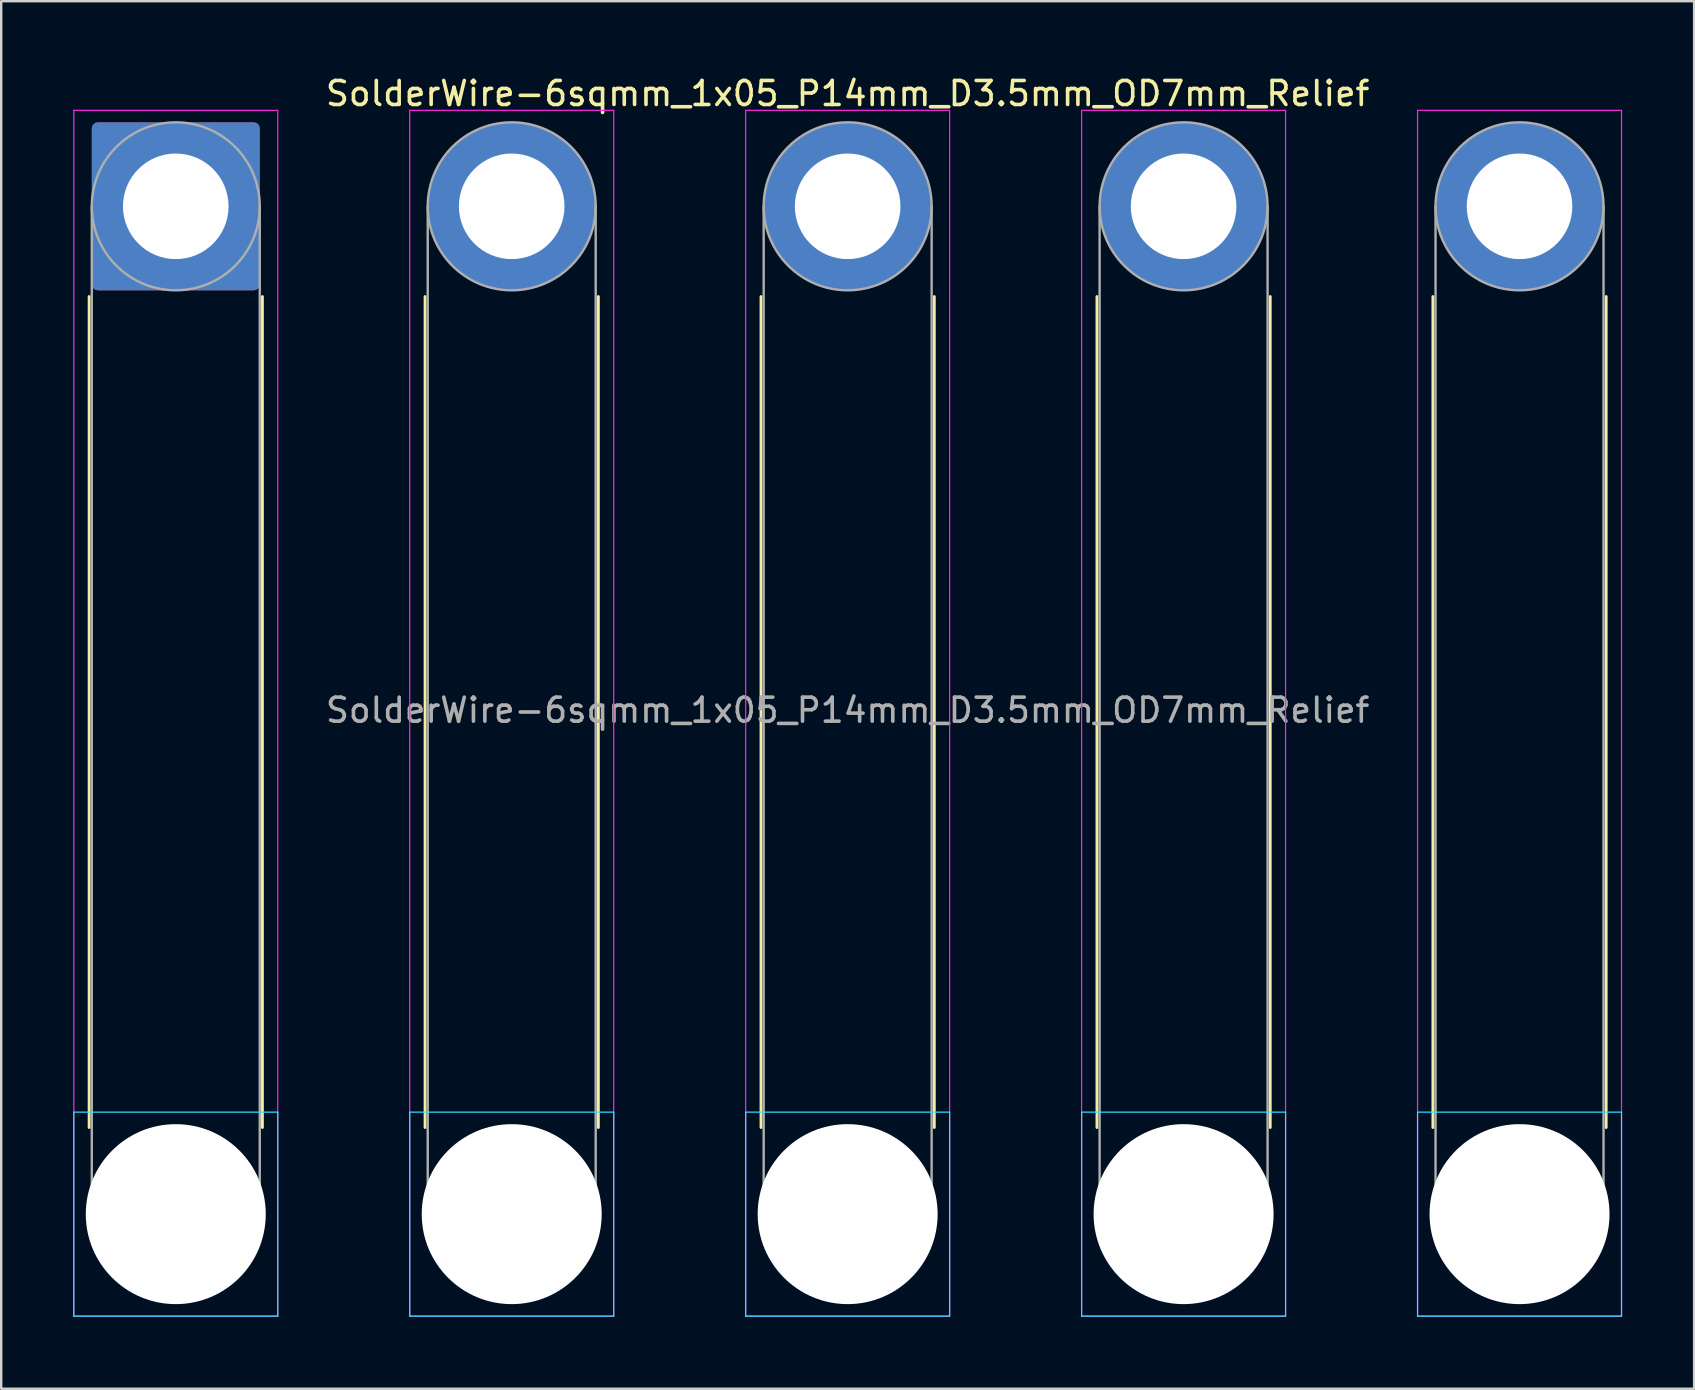
<source format=kicad_pcb>
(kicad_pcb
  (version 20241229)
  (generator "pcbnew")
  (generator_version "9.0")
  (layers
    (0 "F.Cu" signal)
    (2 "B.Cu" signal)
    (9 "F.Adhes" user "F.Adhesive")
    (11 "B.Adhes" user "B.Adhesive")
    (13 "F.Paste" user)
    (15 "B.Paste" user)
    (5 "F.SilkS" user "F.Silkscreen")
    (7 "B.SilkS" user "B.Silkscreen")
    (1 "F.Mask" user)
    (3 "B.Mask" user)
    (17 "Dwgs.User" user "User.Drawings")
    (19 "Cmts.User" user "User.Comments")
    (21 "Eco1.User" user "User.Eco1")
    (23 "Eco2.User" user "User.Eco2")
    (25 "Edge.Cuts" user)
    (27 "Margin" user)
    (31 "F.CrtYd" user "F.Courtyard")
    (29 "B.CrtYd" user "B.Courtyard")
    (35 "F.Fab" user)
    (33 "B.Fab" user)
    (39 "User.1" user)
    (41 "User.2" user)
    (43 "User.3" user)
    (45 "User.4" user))
  (footprint "SolderWire-6sqmm_1x05_P14mm_D3.5mm_OD7mm_Relief"
    (layer "F.Cu")
    (at 4.275 5.548)
    (property "Reference" "SolderWire-6sqmm_1x05_P14mm_D3.5mm_OD7mm_Relief" (at 28 -4.7 0) (layer "F.SilkS") (effects (font (size 1 1) (thickness 0.15))))
    (attr exclude_from_pos_files exclude_from_bom)
    (fp_line (start -3.61 3.76) (end -3.61 38.39) (stroke (width 0.12) (type solid)) (layer "F.SilkS"))
    (fp_line (start 3.61 3.76) (end 3.61 38.39) (stroke (width 0.12) (type solid)) (layer "F.SilkS"))
    (fp_line (start 10.39 3.76) (end 10.39 38.39) (stroke (width 0.12) (type solid)) (layer "F.SilkS"))
    (fp_line (start 17.61 3.76) (end 17.61 38.39) (stroke (width 0.12) (type solid)) (layer "F.SilkS"))
    (fp_line (start 24.39 3.76) (end 24.39 38.39) (stroke (width 0.12) (type solid)) (layer "F.SilkS"))
    (fp_line (start 31.61 3.76) (end 31.61 38.39) (stroke (width 0.12) (type solid)) (layer "F.SilkS"))
    (fp_line (start 38.39 3.76) (end 38.39 38.39) (stroke (width 0.12) (type solid)) (layer "F.SilkS"))
    (fp_line (start 45.61 3.76) (end 45.61 38.39) (stroke (width 0.12) (type solid)) (layer "F.SilkS"))
    (fp_line (start 52.39 3.76) (end 52.39 38.39) (stroke (width 0.12) (type solid)) (layer "F.SilkS"))
    (fp_line (start 59.61 3.76) (end 59.61 38.39) (stroke (width 0.12) (type solid)) (layer "F.SilkS"))
    (fp_line (start -4.25 37.75) (end -4.25 46.25) (stroke (width 0.05) (type solid)) (layer "B.CrtYd"))
    (fp_line (start -4.25 46.25) (end 4.25 46.25) (stroke (width 0.05) (type solid)) (layer "B.CrtYd"))
    (fp_line (start 4.25 37.75) (end -4.25 37.75) (stroke (width 0.05) (type solid)) (layer "B.CrtYd"))
    (fp_line (start 4.25 46.25) (end 4.25 37.75) (stroke (width 0.05) (type solid)) (layer "B.CrtYd"))
    (fp_line (start 9.75 37.75) (end 9.75 46.25) (stroke (width 0.05) (type solid)) (layer "B.CrtYd"))
    (fp_line (start 9.75 46.25) (end 18.25 46.25) (stroke (width 0.05) (type solid)) (layer "B.CrtYd"))
    (fp_line (start 18.25 37.75) (end 9.75 37.75) (stroke (width 0.05) (type solid)) (layer "B.CrtYd"))
    (fp_line (start 18.25 46.25) (end 18.25 37.75) (stroke (width 0.05) (type solid)) (layer "B.CrtYd"))
    (fp_line (start 23.75 37.75) (end 23.75 46.25) (stroke (width 0.05) (type solid)) (layer "B.CrtYd"))
    (fp_line (start 23.75 46.25) (end 32.25 46.25) (stroke (width 0.05) (type solid)) (layer "B.CrtYd"))
    (fp_line (start 32.25 37.75) (end 23.75 37.75) (stroke (width 0.05) (type solid)) (layer "B.CrtYd"))
    (fp_line (start 32.25 46.25) (end 32.25 37.75) (stroke (width 0.05) (type solid)) (layer "B.CrtYd"))
    (fp_line (start 37.75 37.75) (end 37.75 46.25) (stroke (width 0.05) (type solid)) (layer "B.CrtYd"))
    (fp_line (start 37.75 46.25) (end 46.25 46.25) (stroke (width 0.05) (type solid)) (layer "B.CrtYd"))
    (fp_line (start 46.25 37.75) (end 37.75 37.75) (stroke (width 0.05) (type solid)) (layer "B.CrtYd"))
    (fp_line (start 46.25 46.25) (end 46.25 37.75) (stroke (width 0.05) (type solid)) (layer "B.CrtYd"))
    (fp_line (start 51.75 37.75) (end 51.75 46.25) (stroke (width 0.05) (type solid)) (layer "B.CrtYd"))
    (fp_line (start 51.75 46.25) (end 60.25 46.25) (stroke (width 0.05) (type solid)) (layer "B.CrtYd"))
    (fp_line (start 60.25 37.75) (end 51.75 37.75) (stroke (width 0.05) (type solid)) (layer "B.CrtYd"))
    (fp_line (start 60.25 46.25) (end 60.25 37.75) (stroke (width 0.05) (type solid)) (layer "B.CrtYd"))
    (fp_line (start -4.25 -4) (end -4.25 46.25) (stroke (width 0.05) (type solid)) (layer "F.CrtYd"))
    (fp_line (start -4.25 46.25) (end 4.25 46.25) (stroke (width 0.05) (type solid)) (layer "F.CrtYd"))
    (fp_line (start 4.25 -4) (end -4.25 -4) (stroke (width 0.05) (type solid)) (layer "F.CrtYd"))
    (fp_line (start 4.25 46.25) (end 4.25 -4) (stroke (width 0.05) (type solid)) (layer "F.CrtYd"))
    (fp_line (start 9.75 -4) (end 9.75 46.25) (stroke (width 0.05) (type solid)) (layer "F.CrtYd"))
    (fp_line (start 9.75 46.25) (end 18.25 46.25) (stroke (width 0.05) (type solid)) (layer "F.CrtYd"))
    (fp_line (start 18.25 -4) (end 9.75 -4) (stroke (width 0.05) (type solid)) (layer "F.CrtYd"))
    (fp_line (start 18.25 46.25) (end 18.25 -4) (stroke (width 0.05) (type solid)) (layer "F.CrtYd"))
    (fp_line (start 23.75 -4) (end 23.75 46.25) (stroke (width 0.05) (type solid)) (layer "F.CrtYd"))
    (fp_line (start 23.75 46.25) (end 32.25 46.25) (stroke (width 0.05) (type solid)) (layer "F.CrtYd"))
    (fp_line (start 32.25 -4) (end 23.75 -4) (stroke (width 0.05) (type solid)) (layer "F.CrtYd"))
    (fp_line (start 32.25 46.25) (end 32.25 -4) (stroke (width 0.05) (type solid)) (layer "F.CrtYd"))
    (fp_line (start 37.75 -4) (end 37.75 46.25) (stroke (width 0.05) (type solid)) (layer "F.CrtYd"))
    (fp_line (start 37.75 46.25) (end 46.25 46.25) (stroke (width 0.05) (type solid)) (layer "F.CrtYd"))
    (fp_line (start 46.25 -4) (end 37.75 -4) (stroke (width 0.05) (type solid)) (layer "F.CrtYd"))
    (fp_line (start 46.25 46.25) (end 46.25 -4) (stroke (width 0.05) (type solid)) (layer "F.CrtYd"))
    (fp_line (start 51.75 -4) (end 51.75 46.25) (stroke (width 0.05) (type solid)) (layer "F.CrtYd"))
    (fp_line (start 51.75 46.25) (end 60.25 46.25) (stroke (width 0.05) (type solid)) (layer "F.CrtYd"))
    (fp_line (start 60.25 -4) (end 51.75 -4) (stroke (width 0.05) (type solid)) (layer "F.CrtYd"))
    (fp_line (start 60.25 46.25) (end 60.25 -4) (stroke (width 0.05) (type solid)) (layer "F.CrtYd"))
    (fp_line (start -3.5 0) (end -3.5 42) (stroke (width 0.1) (type solid)) (layer "F.Fab"))
    (fp_line (start 3.5 0) (end 3.5 42) (stroke (width 0.1) (type solid)) (layer "F.Fab"))
    (fp_line (start 10.5 0) (end 10.5 42) (stroke (width 0.1) (type solid)) (layer "F.Fab"))
    (fp_line (start 17.5 0) (end 17.5 42) (stroke (width 0.1) (type solid)) (layer "F.Fab"))
    (fp_line (start 24.5 0) (end 24.5 42) (stroke (width 0.1) (type solid)) (layer "F.Fab"))
    (fp_line (start 31.5 0) (end 31.5 42) (stroke (width 0.1) (type solid)) (layer "F.Fab"))
    (fp_line (start 38.5 0) (end 38.5 42) (stroke (width 0.1) (type solid)) (layer "F.Fab"))
    (fp_line (start 45.5 0) (end 45.5 42) (stroke (width 0.1) (type solid)) (layer "F.Fab"))
    (fp_line (start 52.5 0) (end 52.5 42) (stroke (width 0.1) (type solid)) (layer "F.Fab"))
    (fp_line (start 59.5 0) (end 59.5 42) (stroke (width 0.1) (type solid)) (layer "F.Fab"))
    (fp_circle (center 0 0) (end 3.5 0) (stroke (width 0.1) (type solid)) (fill no) (layer "F.Fab"))
    (fp_circle (center 0 42) (end 3.5 42) (stroke (width 0.1) (type solid)) (fill no) (layer "F.Fab"))
    (fp_circle (center 14 0) (end 17.5 0) (stroke (width 0.1) (type solid)) (fill no) (layer "F.Fab"))
    (fp_circle (center 14 42) (end 17.5 42) (stroke (width 0.1) (type solid)) (fill no) (layer "F.Fab"))
    (fp_circle (center 28 0) (end 31.5 0) (stroke (width 0.1) (type solid)) (fill no) (layer "F.Fab"))
    (fp_circle (center 28 42) (end 31.5 42) (stroke (width 0.1) (type solid)) (fill no) (layer "F.Fab"))
    (fp_circle (center 42 0) (end 45.5 0) (stroke (width 0.1) (type solid)) (fill no) (layer "F.Fab"))
    (fp_circle (center 42 42) (end 45.5 42) (stroke (width 0.1) (type solid)) (fill no) (layer "F.Fab"))
    (fp_circle (center 56 0) (end 59.5 0) (stroke (width 0.1) (type solid)) (fill no) (layer "F.Fab"))
    (fp_circle (center 56 42) (end 59.5 42) (stroke (width 0.1) (type solid)) (fill no) (layer "F.Fab"))
    (fp_text user "${REFERENCE}" (at 28 21 0) (layer "F.Fab") (effects (font (size 1 1) (thickness 0.15))))
    (pad "" np_thru_hole circle (at 0 42) (size 7.5 7.5) (drill 7.5) (layers "*.Cu" "*.Mask"))
    (pad "" np_thru_hole circle (at 14 42) (size 7.5 7.5) (drill 7.5) (layers "*.Cu" "*.Mask"))
    (pad "" np_thru_hole circle (at 28 42) (size 7.5 7.5) (drill 7.5) (layers "*.Cu" "*.Mask"))
    (pad "" np_thru_hole circle (at 42 42) (size 7.5 7.5) (drill 7.5) (layers "*.Cu" "*.Mask"))
    (pad "" np_thru_hole circle (at 56 42) (size 7.5 7.5) (drill 7.5) (layers "*.Cu" "*.Mask"))
    (pad "1" thru_hole roundrect (at 0 0) (size 7 7) (drill 4.4) (layers "*.Cu" "*.Mask") (roundrect_rratio 0.036))
    (pad "2" thru_hole circle (at 14 0) (size 7 7) (drill 4.4) (layers "*.Cu" "*.Mask"))
    (pad "3" thru_hole circle (at 28 0) (size 7 7) (drill 4.4) (layers "*.Cu" "*.Mask"))
    (pad "4" thru_hole circle (at 42 0) (size 7 7) (drill 4.4) (layers "*.Cu" "*.Mask"))
    (pad "5" thru_hole circle (at 56 0) (size 7 7) (drill 4.4) (layers "*.Cu" "*.Mask")))
  (gr_rect
    (start -3 -3)
    (end 67.55 54.823)
    (stroke (width 0.1) (type default))
    (fill no)
    (layer "Edge.Cuts")))
</source>
